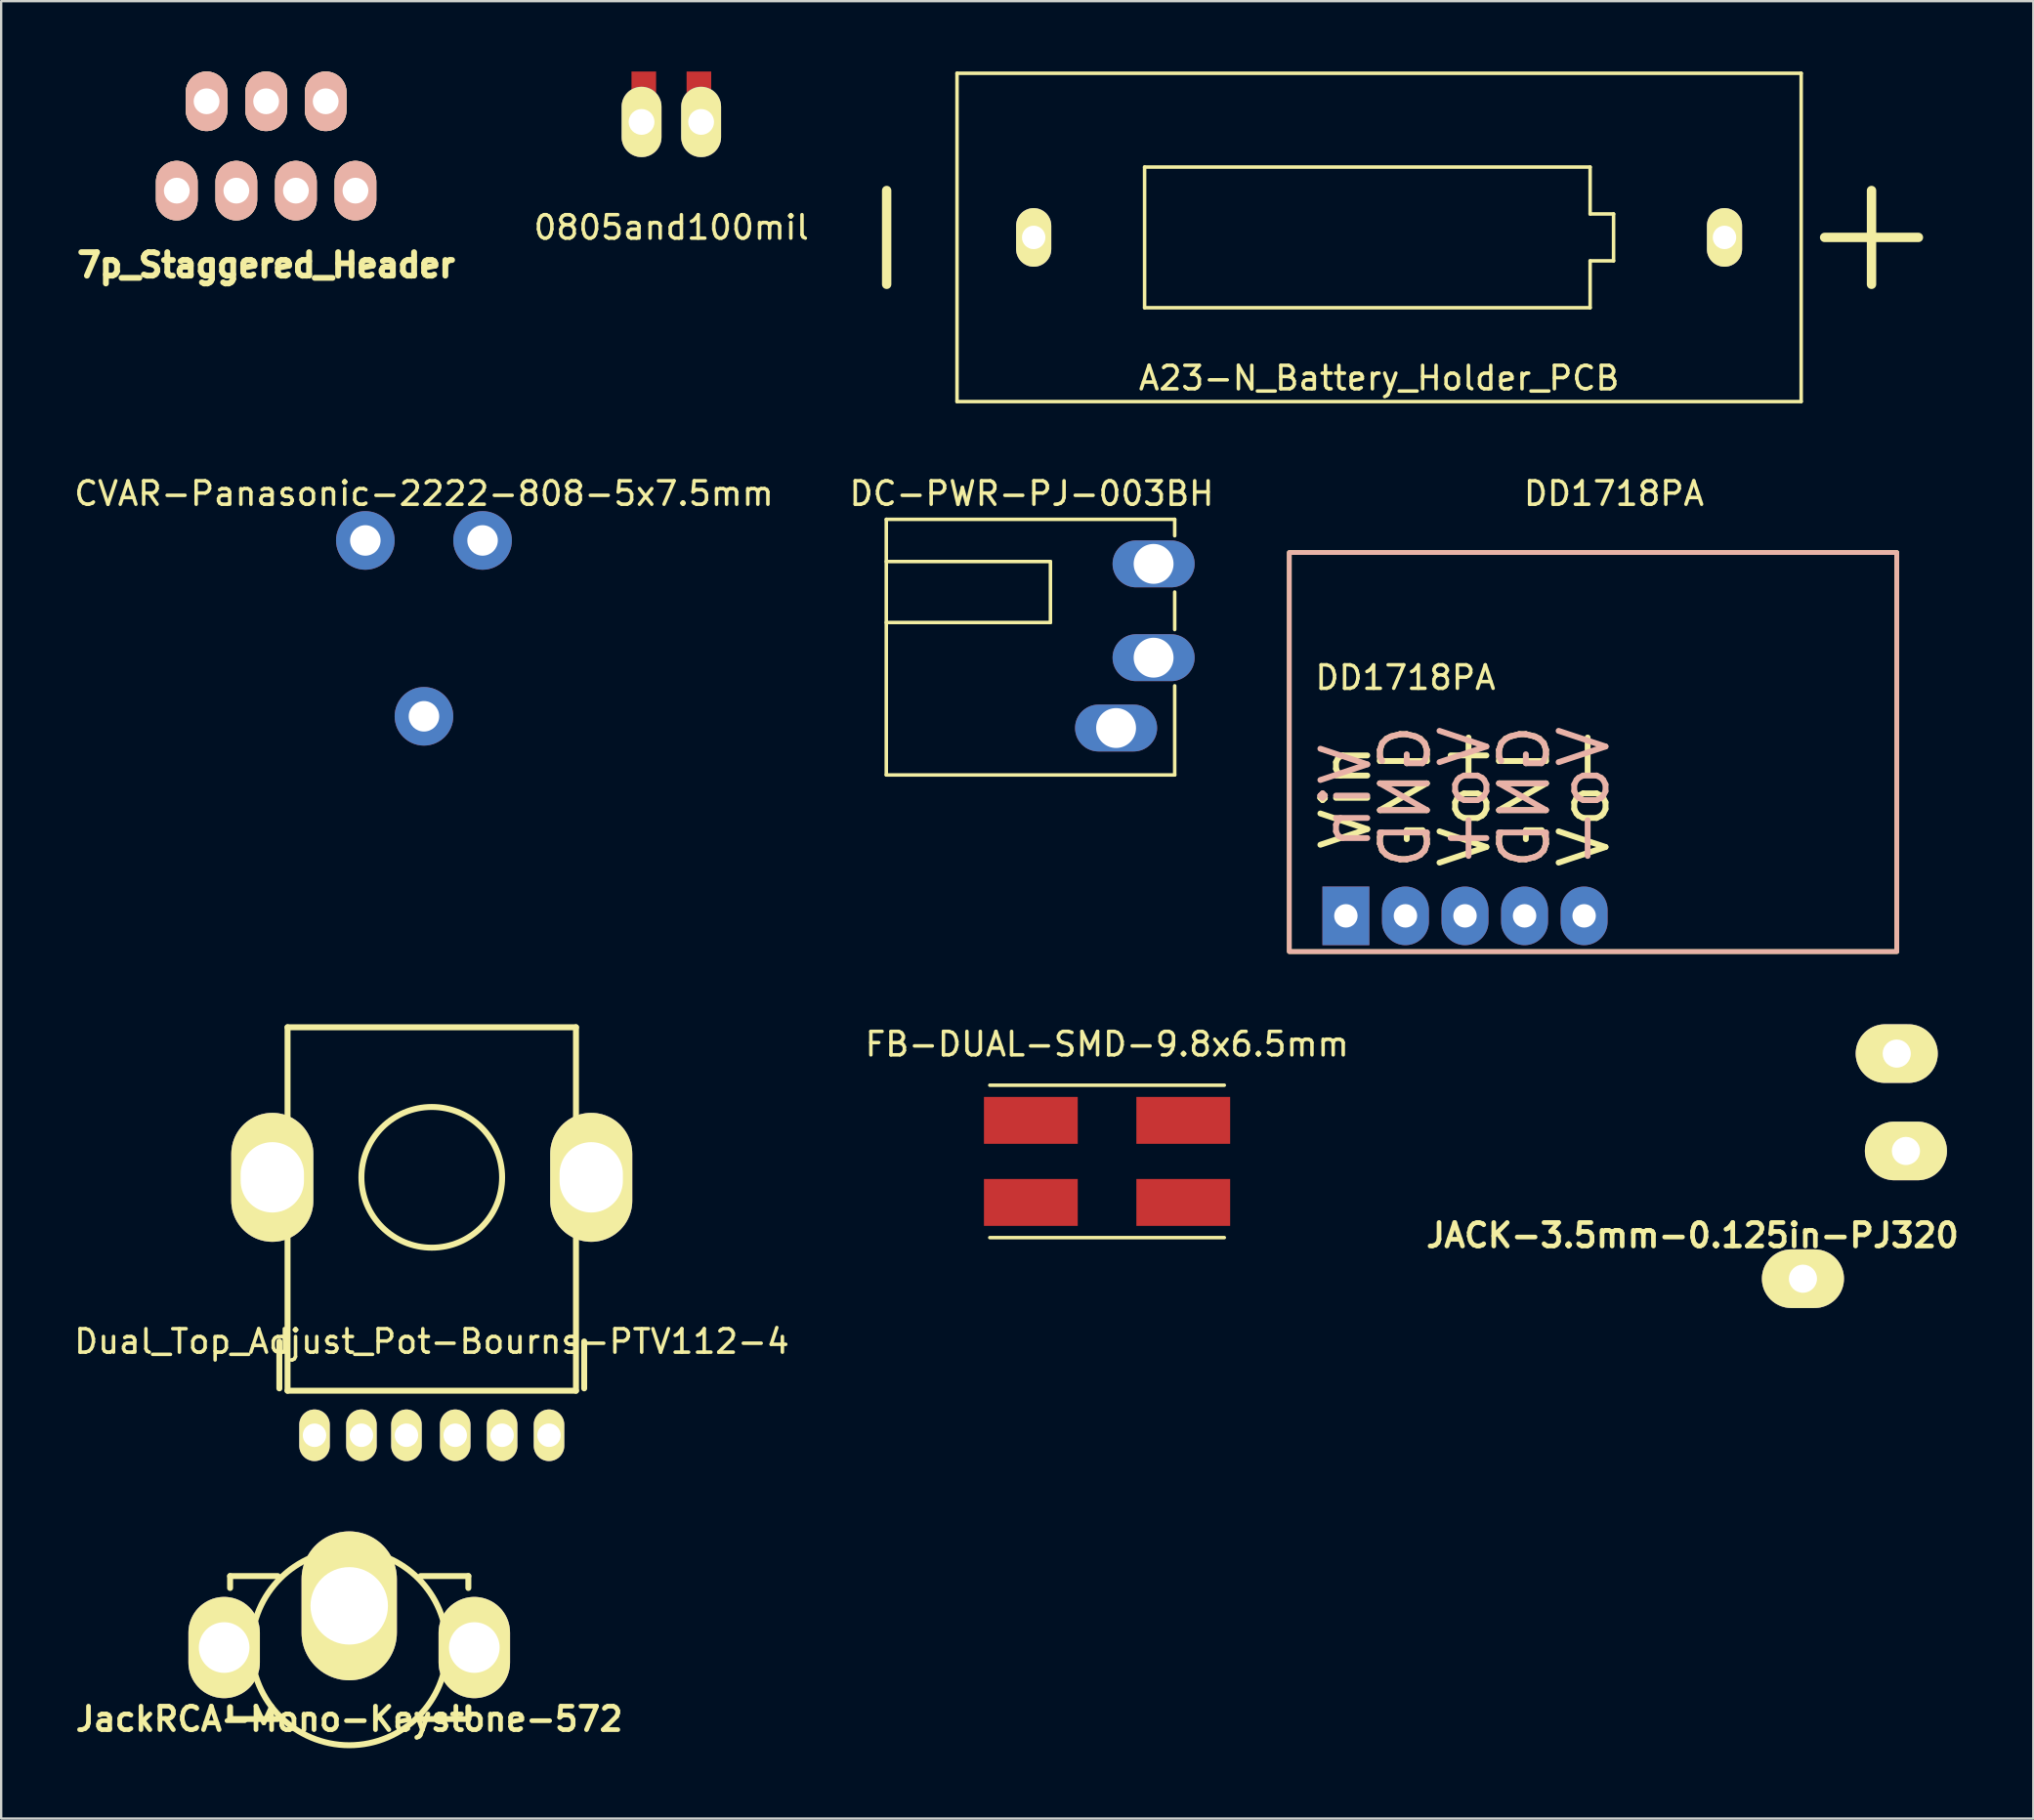
<source format=kicad_pcb>
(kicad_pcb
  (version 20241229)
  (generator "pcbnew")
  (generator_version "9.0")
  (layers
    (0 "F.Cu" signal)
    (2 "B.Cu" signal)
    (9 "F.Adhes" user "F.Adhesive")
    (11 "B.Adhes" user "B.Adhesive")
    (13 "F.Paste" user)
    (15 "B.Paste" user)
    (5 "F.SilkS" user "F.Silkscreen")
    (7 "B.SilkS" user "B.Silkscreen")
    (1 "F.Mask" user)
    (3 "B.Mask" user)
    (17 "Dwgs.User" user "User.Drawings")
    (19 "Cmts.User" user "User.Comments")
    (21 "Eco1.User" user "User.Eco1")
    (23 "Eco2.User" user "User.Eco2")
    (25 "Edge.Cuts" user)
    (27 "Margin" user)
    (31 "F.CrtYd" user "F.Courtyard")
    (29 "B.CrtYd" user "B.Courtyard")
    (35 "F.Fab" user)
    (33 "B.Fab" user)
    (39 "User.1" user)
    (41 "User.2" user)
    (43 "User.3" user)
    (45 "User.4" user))
  (footprint "FB-DUAL-SMD-9.8x6.5mm"
    (layer "F.Cu")
    (at 44.161 46.48)
    (property "Reference" "FB-DUAL-SMD-9.8x6.5mm" (at 0 -5 0) (layer "F.SilkS") (effects (font (size 1 1) (thickness 0.15))))
    (attr through_hole)
    (fp_line (start -5 3.25) (end 5 3.25) (stroke (width 0.15) (type solid)) (layer "F.SilkS"))
    (fp_line (start 5 -3.25) (end -5 -3.25) (stroke (width 0.15) (type solid)) (layer "F.SilkS"))
    (pad "1" smd rect (at -3.25 -1.75) (size 4 2) (layers "F.Cu" "F.Mask" "F.Paste"))
    (pad "2" smd rect (at 3.25 -1.75) (size 4 2) (layers "F.Cu" "F.Mask" "F.Paste"))
    (pad "3" smd rect (at -3.25 1.75) (size 4 2) (layers "F.Cu" "F.Mask" "F.Paste"))
    (pad "4" smd rect (at 3.25 1.75) (size 4 2) (layers "F.Cu" "F.Mask" "F.Paste")))
  (footprint "CVAR-Panasonic-2222-808-5x7.5mm"
    (layer "F.Cu")
    (at 15.03 23.998)
    (property "Reference" "CVAR-Panasonic-2222-808-5x7.5mm" (at 0 -6 0) (layer "F.SilkS") (effects (font (size 1 1) (thickness 0.15))))
    (attr through_hole)
    (pad "1" thru_hole circle (at 0 3.5) (size 2.5 2.5) (drill 1.3) (layers "*.Cu" "*.Mask"))
    (pad "2" thru_hole circle (at -2.5 -4) (size 2.5 2.5) (drill 1.3) (layers "*.Cu" "*.Mask"))
    (pad "2" thru_hole circle (at 2.5 -4) (size 2.5 2.5) (drill 1.3) (layers "*.Cu" "*.Mask")))
  (footprint "7p_Staggered_Header"
    (layer "F.Cu")
    (at 8.299 3.175)
    (property "Reference" "7p_Staggered_Header" (at 0 5.08 0) (layer "F.SilkS") (effects (font (size 1 1) (thickness 0.25))))
    (attr through_hole)
    (pad "1" thru_hole oval (at -3.81 1.905) (size 1.778 2.54) (drill 1.1) (layers "*.Cu" "*.SilkS" "*.Mask"))
    (pad "2" thru_hole oval (at -2.54 -1.905) (size 1.778 2.54) (drill 1.1) (layers "*.Cu" "*.SilkS" "*.Mask"))
    (pad "3" thru_hole oval (at -1.27 1.905) (size 1.778 2.54) (drill 1.1) (layers "*.Cu" "*.SilkS" "*.Mask"))
    (pad "4" thru_hole oval (at 0 -1.905) (size 1.778 2.54) (drill 1.1) (layers "*.Cu" "*.SilkS" "*.Mask"))
    (pad "5" thru_hole oval (at 1.27 1.905) (size 1.778 2.54) (drill 1.1) (layers "*.Cu" "*.SilkS" "*.Mask"))
    (pad "6" thru_hole oval (at 2.54 -1.905) (size 1.778 2.54) (drill 1.1) (layers "*.Cu" "*.SilkS" "*.Mask"))
    (pad "7" thru_hole oval (at 3.81 1.905) (size 1.778 2.54) (drill 1.1) (layers "*.Cu" "*.SilkS" "*.Mask")))
  (footprint "A23-N_Battery_Holder_PCB"
    (layer "F.Cu")
    (at 55.762 7.075)
    (property "Reference" "A23-N_Battery_Holder_PCB" (at 0 6 0) (layer "F.SilkS") (effects (font (size 1 1) (thickness 0.15))))
    (attr through_hole)
    (fp_line (start -21 -2) (end -21 2) (stroke (width 0.4) (type solid)) (layer "F.SilkS"))
    (fp_line (start -18 -7) (end 18 -7) (stroke (width 0.15) (type solid)) (layer "F.SilkS"))
    (fp_line (start -18 7) (end -18 -7) (stroke (width 0.15) (type solid)) (layer "F.SilkS"))
    (fp_line (start -10 -3) (end -10 3) (stroke (width 0.15) (type solid)) (layer "F.SilkS"))
    (fp_line (start 9 -3) (end -10 -3) (stroke (width 0.15) (type solid)) (layer "F.SilkS"))
    (fp_line (start 9 -1) (end 9 -3) (stroke (width 0.15) (type solid)) (layer "F.SilkS"))
    (fp_line (start 9 1) (end 9 3) (stroke (width 0.15) (type solid)) (layer "F.SilkS"))
    (fp_line (start 9 3) (end -10 3) (stroke (width 0.15) (type solid)) (layer "F.SilkS"))
    (fp_line (start 10 -1) (end 9 -1) (stroke (width 0.15) (type solid)) (layer "F.SilkS"))
    (fp_line (start 10 -1) (end 10 1) (stroke (width 0.15) (type solid)) (layer "F.SilkS"))
    (fp_line (start 10 1) (end 9 1) (stroke (width 0.15) (type solid)) (layer "F.SilkS"))
    (fp_line (start 18 -7) (end 18 7) (stroke (width 0.15) (type solid)) (layer "F.SilkS"))
    (fp_line (start 18 7) (end -18 7) (stroke (width 0.15) (type solid)) (layer "F.SilkS"))
    (fp_line (start 19 0) (end 23 0) (stroke (width 0.4) (type solid)) (layer "F.SilkS"))
    (fp_line (start 21 -2) (end 21 2) (stroke (width 0.4) (type solid)) (layer "F.SilkS"))
    (pad "N" thru_hole oval (at -14.73 0) (size 1.5 2.5) (drill 1) (layers "*.Cu" "*.Mask" "F.SilkS"))
    (pad "P" thru_hole oval (at 14.73 0) (size 1.5 2.5) (drill 1) (layers "*.Cu" "*.Mask" "F.SilkS")))
  (footprint "JACK-3.5mm-0.125in-PJ320"
    (layer "F.Cu")
    (at 69.129 43.634)
    (property "Reference" "JACK-3.5mm-0.125in-PJ320" (at 0 6 0) (layer "F.SilkS") (effects (font (size 1 1) (thickness 0.2))))
    (attr through_hole)
    (pad "3" thru_hole oval (at 4.708 7.848) (size 3.5 2.5) (drill 1.2) (layers "*.Cu" "*.Mask" "F.SilkS"))
    (pad "3" thru_hole oval (at 9.1 2.4) (size 3.5 2.5) (drill 1.2) (layers "*.Cu" "*.Mask" "F.SilkS"))
    (pad "4" thru_hole oval (at 8.708 -1.752) (size 3.5 2.5) (drill 1.2) (layers "*.Cu" "*.Mask" "F.SilkS")))
  (footprint "JackRCA-Mono-Keystone-572"
    (layer "F.Cu")
    (at 11.843 67.212)
    (property "Reference" "JackRCA-Mono-Keystone-572" (at 0 3.048 0) (layer "F.SilkS") (effects (font (size 1 1) (thickness 0.2))))
    (attr through_hole)
    (fp_line (start -5.08 -3.048) (end -3.048 -3.048) (stroke (width 0.254) (type solid)) (layer "F.SilkS"))
    (fp_line (start -5.08 -2.54) (end -5.08 -3.048) (stroke (width 0.254) (type solid)) (layer "F.SilkS"))
    (fp_line (start -5.08 3.048) (end -5.08 2.54) (stroke (width 0.254) (type solid)) (layer "F.SilkS"))
    (fp_line (start -3.048 3.048) (end -5.08 3.048) (stroke (width 0.254) (type solid)) (layer "F.SilkS"))
    (fp_line (start 3.048 -3.048) (end 5.08 -3.048) (stroke (width 0.254) (type solid)) (layer "F.SilkS"))
    (fp_line (start 5.08 -3.048) (end 5.08 -2.54) (stroke (width 0.254) (type solid)) (layer "F.SilkS"))
    (fp_line (start 5.08 2.54) (end 5.08 3.048) (stroke (width 0.254) (type solid)) (layer "F.SilkS"))
    (fp_line (start 5.08 3.048) (end 3.048 3.048) (stroke (width 0.254) (type solid)) (layer "F.SilkS"))
    (fp_circle (center 0 0) (end 4.166 0) (stroke (width 0.254) (type solid)) (fill no) (layer "F.SilkS"))
    (pad "1" thru_hole oval (at 0 -1.778) (size 4.064 6.35) (drill 3.302) (layers "*.Cu" "*.Mask" "F.SilkS"))
    (pad "2" thru_hole oval (at -5.334 0) (size 3.048 4.318) (drill 2.159) (layers "*.Cu" "*.Mask" "F.SilkS"))
    (pad "2" thru_hole oval (at 5.334 0) (size 3.048 4.318) (drill 2.159) (layers "*.Cu" "*.Mask" "F.SilkS")))
  (footprint "DD1718PA"
    (layer "F.Cu")
    (at 65.776 28.388)
    (property "Reference" "DD1718PA" (at 0 -10.39 0) (unlocked yes) (layer "F.SilkS") (effects (font (size 1 1) (thickness 0.15))))
    (attr through_hole)
    (fp_rect (start -13.843 9.144) (end 12.065 -7.874) (stroke (width 0.2) (type solid)) (fill no) (layer "F.SilkS"))
    (fp_rect (start -13.843 9.144) (end 12.065 -7.874) (stroke (width 0.2) (type solid)) (fill no) (layer "B.SilkS"))
    (fp_text user "DD1718PA" (at -8.89 -2.54 0) (unlocked yes) (layer "F.SilkS") (effects (font (size 1 1) (thickness 0.15))))
    (fp_text user "GND" (at -3.81 2.54 90) (unlocked yes) (layer "F.SilkS") (effects (font (size 2 2) (thickness 0.25))))
    (fp_text user "GND" (at -8.89 2.54 90) (unlocked yes) (layer "F.SilkS") (effects (font (size 2 2) (thickness 0.25))))
    (fp_text user "Vo-" (at -1.27 2.54 90) (unlocked yes) (layer "F.SilkS") (effects (font (size 2 2) (thickness 0.25))))
    (fp_text user "Vin" (at -11.43 2.54 90) (unlocked yes) (layer "F.SilkS") (effects (font (size 2 2) (thickness 0.25))))
    (fp_text user "Vo+" (at -6.35 2.54 90) (unlocked yes) (layer "F.SilkS") (effects (font (size 2 2) (thickness 0.25))))
    (fp_text user "Vo-" (at -1.27 2.54 90) (unlocked yes) (layer "B.SilkS") (effects (font (size 2 2) (thickness 0.25)) (justify mirror)))
    (fp_text user "Vin" (at -11.43 2.54 90) (unlocked yes) (layer "B.SilkS") (effects (font (size 2 2) (thickness 0.25)) (justify mirror)))
    (fp_text user "GND" (at -8.89 2.54 90) (unlocked yes) (layer "B.SilkS") (effects (font (size 2 2) (thickness 0.25)) (justify mirror)))
    (fp_text user "GND" (at -3.81 2.54 90) (unlocked yes) (layer "B.SilkS") (effects (font (size 2 2) (thickness 0.25)) (justify mirror)))
    (fp_text user "Vo+" (at -6.35 2.54 90) (unlocked yes) (layer "B.SilkS") (effects (font (size 2 2) (thickness 0.25)) (justify mirror)))
    (pad "1" thru_hole rect (at -11.43 7.62) (size 2 2.5) (drill 1) (layers "*.Cu" "*.Mask"))
    (pad "2" thru_hole oval (at -8.89 7.62) (size 2 2.5) (drill 1) (layers "*.Cu" "*.Mask"))
    (pad "3" thru_hole oval (at -6.35 7.62) (size 2 2.5) (drill 1) (layers "*.Cu" "*.Mask"))
    (pad "4" thru_hole oval (at -3.81 7.62) (size 2 2.5) (drill 1) (layers "*.Cu" "*.Mask"))
    (pad "5" thru_hole oval (at -1.27 7.62) (size 2 2.5) (drill 1) (layers "*.Cu" "*.Mask")))
  (footprint "DC-PWR-PJ-003BH"
    (layer "F.Cu")
    (at 40.946 24.498)
    (property "Reference" "DC-PWR-PJ-003BH" (at 0 -6.5 0) (layer "F.SilkS") (effects (font (size 1 1) (thickness 0.15))))
    (attr through_hole)
    (fp_line (start -6.2 -5.4) (end 6.1 -5.4) (stroke (width 0.15) (type solid)) (layer "F.SilkS"))
    (fp_line (start -6.2 5.5) (end -6.2 -5.4) (stroke (width 0.15) (type solid)) (layer "F.SilkS"))
    (fp_line (start 0.8 -3.6) (end -6.2 -3.6) (stroke (width 0.15) (type solid)) (layer "F.SilkS"))
    (fp_line (start 0.8 -3.6) (end 0.8 -1) (stroke (width 0.15) (type solid)) (layer "F.SilkS"))
    (fp_line (start 0.8 -1) (end -6.2 -1) (stroke (width 0.15) (type solid)) (layer "F.SilkS"))
    (fp_line (start 6.1 -5.4) (end 6.1 -4.7) (stroke (width 0.15) (type solid)) (layer "F.SilkS"))
    (fp_line (start 6.1 -2.3) (end 6.1 -0.7) (stroke (width 0.15) (type solid)) (layer "F.SilkS"))
    (fp_line (start 6.1 5.5) (end -6.2 5.5) (stroke (width 0.15) (type solid)) (layer "F.SilkS"))
    (fp_line (start 6.1 5.5) (end 6.1 1.7) (stroke (width 0.15) (type solid)) (layer "F.SilkS"))
    (pad "1" thru_hole oval (at 5.2 -3.5) (size 3.5 2) (drill 1.7) (layers "*.Cu" "*.Mask"))
    (pad "2" thru_hole oval (at 3.6 3.5) (size 3.5 2) (drill 1.7) (layers "*.Cu" "*.Mask"))
    (pad "3" thru_hole oval (at 5.2 0.5) (size 3.5 2) (drill 1.7) (layers "*.Cu" "*.Mask")))
  (footprint "0805and100mil"
    (layer "F.Cu")
    (at 25.58 2.15)
    (property "Reference" "0805and100mil" (at 0 4.5 0) (layer "F.SilkS") (effects (font (size 1 1) (thickness 0.15))))
    (attr through_hole)
    (pad "1" thru_hole oval (at -1.27 0) (size 1.7 3) (drill 1.1) (layers "*.Cu" "*.Mask" "F.SilkS"))
    (pad "1" smd rect (at -1.175 -1.5) (size 1.05 1.3) (layers "F.Cu" "F.Mask" "F.Paste"))
    (pad "2" smd rect (at 1.175 -1.5) (size 1.05 1.3) (layers "F.Cu" "F.Mask" "F.Paste"))
    (pad "2" thru_hole oval (at 1.27 0) (size 1.7 3) (drill 1.1) (layers "*.Cu" "*.Mask" "F.SilkS")))
  (footprint "Dual_Top_Adjust_Pot-Bourns-PTV112-4"
    (layer "F.Cu")
    (at 15.363 58.159)
    (property "Reference" "Dual_Top_Adjust_Pot-Bourns-PTV112-4" (at 0 -4 0) (layer "F.SilkS") (effects (font (size 1 1) (thickness 0.15))))
    (attr through_hole)
    (fp_line (start -6.5 -4) (end -6.5 -2) (stroke (width 0.254) (type solid)) (layer "F.SilkS"))
    (fp_line (start -6.15 -17.4) (end -6.15 -1.9) (stroke (width 0.254) (type solid)) (layer "F.SilkS"))
    (fp_line (start -6.15 -1.9) (end 6.15 -1.9) (stroke (width 0.254) (type solid)) (layer "F.SilkS"))
    (fp_line (start 6.15 -17.4) (end -6.15 -17.4) (stroke (width 0.254) (type solid)) (layer "F.SilkS"))
    (fp_line (start 6.15 -1.9) (end 6.15 -17.4) (stroke (width 0.254) (type solid)) (layer "F.SilkS"))
    (fp_line (start 6.5 -4) (end 6.5 -2) (stroke (width 0.254) (type solid)) (layer "F.SilkS"))
    (fp_circle (center 0 -11) (end 0 -8) (stroke (width 0.254) (type solid)) (fill no) (layer "F.SilkS"))
    (pad "" np_thru_hole oval (at -6.8 -11) (size 3.5 5.5) (drill oval 2.7 3) (layers "*.Cu" "*.Mask" "F.SilkS"))
    (pad "" np_thru_hole oval (at 6.8 -11) (size 3.5 5.5) (drill oval 2.7 3) (layers "*.Cu" "*.Mask" "F.SilkS"))
    (pad "1" thru_hole oval (at -1.08 0) (size 1.3 2.2) (drill 1) (layers "*.Cu" "*.Mask" "F.SilkS"))
    (pad "2" thru_hole oval (at 1 0) (size 1.3 2.2) (drill 1) (layers "*.Cu" "*.Mask" "F.SilkS"))
    (pad "3" thru_hole oval (at 3 0) (size 1.3 2.2) (drill 1) (layers "*.Cu" "*.Mask" "F.SilkS"))
    (pad "4" thru_hole oval (at -3 0) (size 1.3 2.2) (drill 1) (layers "*.Cu" "*.Mask" "F.SilkS"))
    (pad "5" thru_hole oval (at -5 0) (size 1.3 2.2) (drill 1) (layers "*.Cu" "*.Mask" "F.SilkS"))
    (pad "6" thru_hole oval (at 5 0) (size 1.3 2.2) (drill 1) (layers "*.Cu" "*.Mask" "F.SilkS")))
  (gr_rect
    (start -3 -3)
    (end 83.662 74.505)
    (stroke (width 0.1) (type default))
    (fill no)
    (layer "Edge.Cuts")))
</source>
